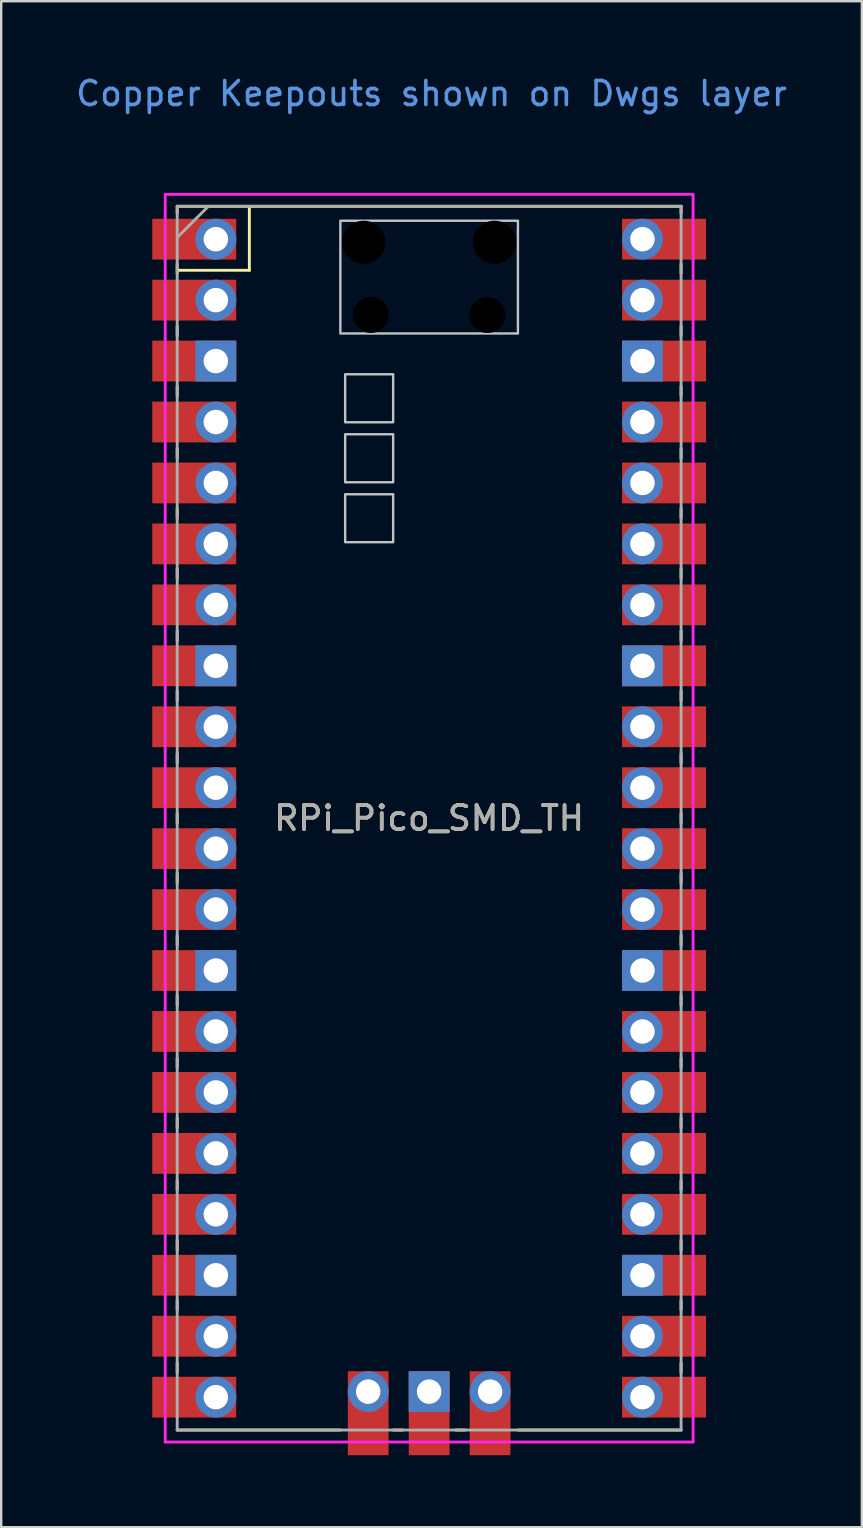
<source format=kicad_pcb>
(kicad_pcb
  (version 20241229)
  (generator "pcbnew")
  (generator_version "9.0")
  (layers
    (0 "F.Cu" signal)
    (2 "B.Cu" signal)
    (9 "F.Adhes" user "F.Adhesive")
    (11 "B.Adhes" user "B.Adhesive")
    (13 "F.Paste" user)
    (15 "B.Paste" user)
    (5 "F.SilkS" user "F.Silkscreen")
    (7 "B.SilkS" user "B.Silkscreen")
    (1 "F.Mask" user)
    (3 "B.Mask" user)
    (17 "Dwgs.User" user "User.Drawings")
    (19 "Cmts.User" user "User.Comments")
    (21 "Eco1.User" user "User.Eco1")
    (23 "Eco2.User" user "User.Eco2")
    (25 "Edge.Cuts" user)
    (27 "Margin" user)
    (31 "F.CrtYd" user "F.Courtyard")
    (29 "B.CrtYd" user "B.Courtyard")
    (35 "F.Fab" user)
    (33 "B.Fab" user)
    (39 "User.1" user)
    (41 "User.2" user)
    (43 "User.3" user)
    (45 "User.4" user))
  (footprint "RPi_Pico_SMD_TH"
    (layer "F.Cu")
    (at 14.835 31.048)
    (property "Reference" "RPi_Pico_SMD_TH" (at 0 0 0) (layer "F.SilkS") (effects (font (size 1 1) (thickness 0.15))))
    (attr through_hole)
    (fp_line (start -10.5 -25.5) (end -10.5 -25.2) (stroke (width 0.12) (type solid)) (layer "F.SilkS"))
    (fp_line (start -10.5 -25.5) (end 10.5 -25.5) (stroke (width 0.12) (type solid)) (layer "F.SilkS"))
    (fp_line (start -10.5 -23.1) (end -10.5 -22.7) (stroke (width 0.12) (type solid)) (layer "F.SilkS"))
    (fp_line (start -10.5 -22.833) (end -7.493 -22.833) (stroke (width 0.12) (type solid)) (layer "F.SilkS"))
    (fp_line (start -10.5 -20.5) (end -10.5 -20.1) (stroke (width 0.12) (type solid)) (layer "F.SilkS"))
    (fp_line (start -10.5 -18) (end -10.5 -17.6) (stroke (width 0.12) (type solid)) (layer "F.SilkS"))
    (fp_line (start -10.5 -15.4) (end -10.5 -15) (stroke (width 0.12) (type solid)) (layer "F.SilkS"))
    (fp_line (start -10.5 -12.9) (end -10.5 -12.5) (stroke (width 0.12) (type solid)) (layer "F.SilkS"))
    (fp_line (start -10.5 -10.4) (end -10.5 -10) (stroke (width 0.12) (type solid)) (layer "F.SilkS"))
    (fp_line (start -10.5 -7.8) (end -10.5 -7.4) (stroke (width 0.12) (type solid)) (layer "F.SilkS"))
    (fp_line (start -10.5 -5.3) (end -10.5 -4.9) (stroke (width 0.12) (type solid)) (layer "F.SilkS"))
    (fp_line (start -10.5 -2.7) (end -10.5 -2.3) (stroke (width 0.12) (type solid)) (layer "F.SilkS"))
    (fp_line (start -10.5 -0.2) (end -10.5 0.2) (stroke (width 0.12) (type solid)) (layer "F.SilkS"))
    (fp_line (start -10.5 2.3) (end -10.5 2.7) (stroke (width 0.12) (type solid)) (layer "F.SilkS"))
    (fp_line (start -10.5 4.9) (end -10.5 5.3) (stroke (width 0.12) (type solid)) (layer "F.SilkS"))
    (fp_line (start -10.5 7.4) (end -10.5 7.8) (stroke (width 0.12) (type solid)) (layer "F.SilkS"))
    (fp_line (start -10.5 10) (end -10.5 10.4) (stroke (width 0.12) (type solid)) (layer "F.SilkS"))
    (fp_line (start -10.5 12.5) (end -10.5 12.9) (stroke (width 0.12) (type solid)) (layer "F.SilkS"))
    (fp_line (start -10.5 15.1) (end -10.5 15.5) (stroke (width 0.12) (type solid)) (layer "F.SilkS"))
    (fp_line (start -10.5 17.6) (end -10.5 18) (stroke (width 0.12) (type solid)) (layer "F.SilkS"))
    (fp_line (start -10.5 20.1) (end -10.5 20.5) (stroke (width 0.12) (type solid)) (layer "F.SilkS"))
    (fp_line (start -10.5 22.7) (end -10.5 23.1) (stroke (width 0.12) (type solid)) (layer "F.SilkS"))
    (fp_line (start -7.493 -22.833) (end -7.493 -25.5) (stroke (width 0.12) (type solid)) (layer "F.SilkS"))
    (fp_line (start -3.7 25.5) (end -10.5 25.5) (stroke (width 0.12) (type solid)) (layer "F.SilkS"))
    (fp_line (start -1.5 25.5) (end -1.1 25.5) (stroke (width 0.12) (type solid)) (layer "F.SilkS"))
    (fp_line (start 1.1 25.5) (end 1.5 25.5) (stroke (width 0.12) (type solid)) (layer "F.SilkS"))
    (fp_line (start 10.5 -25.5) (end 10.5 -25.2) (stroke (width 0.12) (type solid)) (layer "F.SilkS"))
    (fp_line (start 10.5 -23.1) (end 10.5 -22.7) (stroke (width 0.12) (type solid)) (layer "F.SilkS"))
    (fp_line (start 10.5 -20.5) (end 10.5 -20.1) (stroke (width 0.12) (type solid)) (layer "F.SilkS"))
    (fp_line (start 10.5 -18) (end 10.5 -17.6) (stroke (width 0.12) (type solid)) (layer "F.SilkS"))
    (fp_line (start 10.5 -15.4) (end 10.5 -15) (stroke (width 0.12) (type solid)) (layer "F.SilkS"))
    (fp_line (start 10.5 -12.9) (end 10.5 -12.5) (stroke (width 0.12) (type solid)) (layer "F.SilkS"))
    (fp_line (start 10.5 -10.4) (end 10.5 -10) (stroke (width 0.12) (type solid)) (layer "F.SilkS"))
    (fp_line (start 10.5 -7.8) (end 10.5 -7.4) (stroke (width 0.12) (type solid)) (layer "F.SilkS"))
    (fp_line (start 10.5 -5.3) (end 10.5 -4.9) (stroke (width 0.12) (type solid)) (layer "F.SilkS"))
    (fp_line (start 10.5 -2.7) (end 10.5 -2.3) (stroke (width 0.12) (type solid)) (layer "F.SilkS"))
    (fp_line (start 10.5 -0.2) (end 10.5 0.2) (stroke (width 0.12) (type solid)) (layer "F.SilkS"))
    (fp_line (start 10.5 2.3) (end 10.5 2.7) (stroke (width 0.12) (type solid)) (layer "F.SilkS"))
    (fp_line (start 10.5 4.9) (end 10.5 5.3) (stroke (width 0.12) (type solid)) (layer "F.SilkS"))
    (fp_line (start 10.5 7.4) (end 10.5 7.8) (stroke (width 0.12) (type solid)) (layer "F.SilkS"))
    (fp_line (start 10.5 10) (end 10.5 10.4) (stroke (width 0.12) (type solid)) (layer "F.SilkS"))
    (fp_line (start 10.5 12.5) (end 10.5 12.9) (stroke (width 0.12) (type solid)) (layer "F.SilkS"))
    (fp_line (start 10.5 15.1) (end 10.5 15.5) (stroke (width 0.12) (type solid)) (layer "F.SilkS"))
    (fp_line (start 10.5 17.6) (end 10.5 18) (stroke (width 0.12) (type solid)) (layer "F.SilkS"))
    (fp_line (start 10.5 20.1) (end 10.5 20.5) (stroke (width 0.12) (type solid)) (layer "F.SilkS"))
    (fp_line (start 10.5 22.7) (end 10.5 23.1) (stroke (width 0.12) (type solid)) (layer "F.SilkS"))
    (fp_line (start 10.5 25.5) (end 3.7 25.5) (stroke (width 0.12) (type solid)) (layer "F.SilkS"))
    (fp_poly (pts (xy -1.5 -16.5) (xy -3.5 -16.5) (xy -3.5 -18.5) (xy -1.5 -18.5)) (stroke (width 0.1) (type solid)) (fill no) (layer "Dwgs.User"))
    (fp_poly (pts (xy -1.5 -14) (xy -3.5 -14) (xy -3.5 -16) (xy -1.5 -16)) (stroke (width 0.1) (type solid)) (fill no) (layer "Dwgs.User"))
    (fp_poly (pts (xy -1.5 -11.5) (xy -3.5 -11.5) (xy -3.5 -13.5) (xy -1.5 -13.5)) (stroke (width 0.1) (type solid)) (fill no) (layer "Dwgs.User"))
    (fp_poly (pts (xy 3.7 -20.2) (xy -3.7 -20.2) (xy -3.7 -24.9) (xy 3.7 -24.9)) (stroke (width 0.1) (type solid)) (fill no) (layer "Dwgs.User"))
    (fp_line (start -11 -26) (end 11 -26) (stroke (width 0.12) (type solid)) (layer "F.CrtYd"))
    (fp_line (start -11 26) (end -11 -26) (stroke (width 0.12) (type solid)) (layer "F.CrtYd"))
    (fp_line (start 11 -26) (end 11 26) (stroke (width 0.12) (type solid)) (layer "F.CrtYd"))
    (fp_line (start 11 26) (end -11 26) (stroke (width 0.12) (type solid)) (layer "F.CrtYd"))
    (fp_line (start -10.5 -25.5) (end 10.5 -25.5) (stroke (width 0.12) (type solid)) (layer "F.Fab"))
    (fp_line (start -10.5 -24.2) (end -9.2 -25.5) (stroke (width 0.12) (type solid)) (layer "F.Fab"))
    (fp_line (start -10.5 25.5) (end -10.5 -25.5) (stroke (width 0.12) (type solid)) (layer "F.Fab"))
    (fp_line (start 10.5 -25.5) (end 10.5 25.5) (stroke (width 0.12) (type solid)) (layer "F.Fab"))
    (fp_line (start 10.5 25.5) (end -10.5 25.5) (stroke (width 0.12) (type solid)) (layer "F.Fab"))
    (fp_text user "Copper Keepouts shown on Dwgs layer" (at 0.1 -30.2 0) (layer "Cmts.User") (effects (font (size 1 1) (thickness 0.15))))
    (fp_text user "${REFERENCE}" (at 0 0 180) (layer "F.Fab") (effects (font (size 1 1) (thickness 0.15))))
    (pad "" np_thru_hole oval (at -2.725 -24) (size 1.8 1.8) (drill 1.8) (layers "*.Mask"))
    (pad "" np_thru_hole oval (at -2.425 -20.97) (size 1.5 1.5) (drill 1.5) (layers "*.Mask"))
    (pad "" np_thru_hole oval (at 2.425 -20.97) (size 1.5 1.5) (drill 1.5) (layers "*.Mask"))
    (pad "" np_thru_hole oval (at 2.725 -24) (size 1.8 1.8) (drill 1.8) (layers "*.Mask"))
    (pad "1" thru_hole oval (at -8.89 -24.13) (size 1.7 1.7) (drill 1.02) (layers "*.Cu" "*.Mask"))
    (pad "1" smd rect (at -8.89 -24.13) (size 3.5 1.7) (drill (offset -0.9 0)) (layers "F.Cu" "F.Mask"))
    (pad "2" thru_hole oval (at -8.89 -21.59) (size 1.7 1.7) (drill 1.02) (layers "*.Cu" "*.Mask"))
    (pad "2" smd rect (at -8.89 -21.59) (size 3.5 1.7) (drill (offset -0.9 0)) (layers "F.Cu" "F.Mask"))
    (pad "3" thru_hole rect (at -8.89 -19.05) (size 1.7 1.7) (drill 1.02) (layers "*.Cu" "*.Mask"))
    (pad "3" smd rect (at -8.89 -19.05) (size 3.5 1.7) (drill (offset -0.9 0)) (layers "F.Cu" "F.Mask"))
    (pad "4" thru_hole oval (at -8.89 -16.51) (size 1.7 1.7) (drill 1.02) (layers "*.Cu" "*.Mask"))
    (pad "4" smd rect (at -8.89 -16.51) (size 3.5 1.7) (drill (offset -0.9 0)) (layers "F.Cu" "F.Mask"))
    (pad "5" thru_hole oval (at -8.89 -13.97) (size 1.7 1.7) (drill 1.02) (layers "*.Cu" "*.Mask"))
    (pad "5" smd rect (at -8.89 -13.97) (size 3.5 1.7) (drill (offset -0.9 0)) (layers "F.Cu" "F.Mask"))
    (pad "6" thru_hole oval (at -8.89 -11.43) (size 1.7 1.7) (drill 1.02) (layers "*.Cu" "*.Mask"))
    (pad "6" smd rect (at -8.89 -11.43) (size 3.5 1.7) (drill (offset -0.9 0)) (layers "F.Cu" "F.Mask"))
    (pad "7" thru_hole oval (at -8.89 -8.89) (size 1.7 1.7) (drill 1.02) (layers "*.Cu" "*.Mask"))
    (pad "7" smd rect (at -8.89 -8.89) (size 3.5 1.7) (drill (offset -0.9 0)) (layers "F.Cu" "F.Mask"))
    (pad "8" thru_hole rect (at -8.89 -6.35) (size 1.7 1.7) (drill 1.02) (layers "*.Cu" "*.Mask"))
    (pad "8" smd rect (at -8.89 -6.35) (size 3.5 1.7) (drill (offset -0.9 0)) (layers "F.Cu" "F.Mask"))
    (pad "9" thru_hole oval (at -8.89 -3.81) (size 1.7 1.7) (drill 1.02) (layers "*.Cu" "*.Mask"))
    (pad "9" smd rect (at -8.89 -3.81) (size 3.5 1.7) (drill (offset -0.9 0)) (layers "F.Cu" "F.Mask"))
    (pad "10" thru_hole oval (at -8.89 -1.27) (size 1.7 1.7) (drill 1.02) (layers "*.Cu" "*.Mask"))
    (pad "10" smd rect (at -8.89 -1.27) (size 3.5 1.7) (drill (offset -0.9 0)) (layers "F.Cu" "F.Mask"))
    (pad "11" thru_hole oval (at -8.89 1.27) (size 1.7 1.7) (drill 1.02) (layers "*.Cu" "*.Mask"))
    (pad "11" smd rect (at -8.89 1.27) (size 3.5 1.7) (drill (offset -0.9 0)) (layers "F.Cu" "F.Mask"))
    (pad "12" thru_hole oval (at -8.89 3.81) (size 1.7 1.7) (drill 1.02) (layers "*.Cu" "*.Mask"))
    (pad "12" smd rect (at -8.89 3.81) (size 3.5 1.7) (drill (offset -0.9 0)) (layers "F.Cu" "F.Mask"))
    (pad "13" thru_hole rect (at -8.89 6.35) (size 1.7 1.7) (drill 1.02) (layers "*.Cu" "*.Mask"))
    (pad "13" smd rect (at -8.89 6.35) (size 3.5 1.7) (drill (offset -0.9 0)) (layers "F.Cu" "F.Mask"))
    (pad "14" thru_hole oval (at -8.89 8.89) (size 1.7 1.7) (drill 1.02) (layers "*.Cu" "*.Mask"))
    (pad "14" smd rect (at -8.89 8.89) (size 3.5 1.7) (drill (offset -0.9 0)) (layers "F.Cu" "F.Mask"))
    (pad "15" thru_hole oval (at -8.89 11.43) (size 1.7 1.7) (drill 1.02) (layers "*.Cu" "*.Mask"))
    (pad "15" smd rect (at -8.89 11.43) (size 3.5 1.7) (drill (offset -0.9 0)) (layers "F.Cu" "F.Mask"))
    (pad "16" thru_hole oval (at -8.89 13.97) (size 1.7 1.7) (drill 1.02) (layers "*.Cu" "*.Mask"))
    (pad "16" smd rect (at -8.89 13.97) (size 3.5 1.7) (drill (offset -0.9 0)) (layers "F.Cu" "F.Mask"))
    (pad "17" thru_hole oval (at -8.89 16.51) (size 1.7 1.7) (drill 1.02) (layers "*.Cu" "*.Mask"))
    (pad "17" smd rect (at -8.89 16.51) (size 3.5 1.7) (drill (offset -0.9 0)) (layers "F.Cu" "F.Mask"))
    (pad "18" thru_hole rect (at -8.89 19.05) (size 1.7 1.7) (drill 1.02) (layers "*.Cu" "*.Mask"))
    (pad "18" smd rect (at -8.89 19.05) (size 3.5 1.7) (drill (offset -0.9 0)) (layers "F.Cu" "F.Mask"))
    (pad "19" thru_hole oval (at -8.89 21.59) (size 1.7 1.7) (drill 1.02) (layers "*.Cu" "*.Mask"))
    (pad "19" smd rect (at -8.89 21.59) (size 3.5 1.7) (drill (offset -0.9 0)) (layers "F.Cu" "F.Mask"))
    (pad "20" thru_hole oval (at -8.89 24.13) (size 1.7 1.7) (drill 1.02) (layers "*.Cu" "*.Mask"))
    (pad "20" smd rect (at -8.89 24.13) (size 3.5 1.7) (drill (offset -0.9 0)) (layers "F.Cu" "F.Mask"))
    (pad "21" thru_hole oval (at 8.89 24.13) (size 1.7 1.7) (drill 1.02) (layers "*.Cu" "*.Mask"))
    (pad "21" smd rect (at 8.89 24.13) (size 3.5 1.7) (drill (offset 0.9 0)) (layers "F.Cu" "F.Mask"))
    (pad "22" thru_hole oval (at 8.89 21.59) (size 1.7 1.7) (drill 1.02) (layers "*.Cu" "*.Mask"))
    (pad "22" smd rect (at 8.89 21.59) (size 3.5 1.7) (drill (offset 0.9 0)) (layers "F.Cu" "F.Mask"))
    (pad "23" thru_hole rect (at 8.89 19.05) (size 1.7 1.7) (drill 1.02) (layers "*.Cu" "*.Mask"))
    (pad "23" smd rect (at 8.89 19.05) (size 3.5 1.7) (drill (offset 0.9 0)) (layers "F.Cu" "F.Mask"))
    (pad "24" thru_hole oval (at 8.89 16.51) (size 1.7 1.7) (drill 1.02) (layers "*.Cu" "*.Mask"))
    (pad "24" smd rect (at 8.89 16.51) (size 3.5 1.7) (drill (offset 0.9 0)) (layers "F.Cu" "F.Mask"))
    (pad "25" thru_hole oval (at 8.89 13.97) (size 1.7 1.7) (drill 1.02) (layers "*.Cu" "*.Mask"))
    (pad "25" smd rect (at 8.89 13.97) (size 3.5 1.7) (drill (offset 0.9 0)) (layers "F.Cu" "F.Mask"))
    (pad "26" thru_hole oval (at 8.89 11.43) (size 1.7 1.7) (drill 1.02) (layers "*.Cu" "*.Mask"))
    (pad "26" smd rect (at 8.89 11.43) (size 3.5 1.7) (drill (offset 0.9 0)) (layers "F.Cu" "F.Mask"))
    (pad "27" thru_hole oval (at 8.89 8.89) (size 1.7 1.7) (drill 1.02) (layers "*.Cu" "*.Mask"))
    (pad "27" smd rect (at 8.89 8.89) (size 3.5 1.7) (drill (offset 0.9 0)) (layers "F.Cu" "F.Mask"))
    (pad "28" thru_hole rect (at 8.89 6.35) (size 1.7 1.7) (drill 1.02) (layers "*.Cu" "*.Mask"))
    (pad "28" smd rect (at 8.89 6.35) (size 3.5 1.7) (drill (offset 0.9 0)) (layers "F.Cu" "F.Mask"))
    (pad "29" thru_hole oval (at 8.89 3.81) (size 1.7 1.7) (drill 1.02) (layers "*.Cu" "*.Mask"))
    (pad "29" smd rect (at 8.89 3.81) (size 3.5 1.7) (drill (offset 0.9 0)) (layers "F.Cu" "F.Mask"))
    (pad "30" thru_hole oval (at 8.89 1.27) (size 1.7 1.7) (drill 1.02) (layers "*.Cu" "*.Mask"))
    (pad "30" smd rect (at 8.89 1.27) (size 3.5 1.7) (drill (offset 0.9 0)) (layers "F.Cu" "F.Mask"))
    (pad "31" thru_hole oval (at 8.89 -1.27) (size 1.7 1.7) (drill 1.02) (layers "*.Cu" "*.Mask"))
    (pad "31" smd rect (at 8.89 -1.27) (size 3.5 1.7) (drill (offset 0.9 0)) (layers "F.Cu" "F.Mask"))
    (pad "32" thru_hole oval (at 8.89 -3.81) (size 1.7 1.7) (drill 1.02) (layers "*.Cu" "*.Mask"))
    (pad "32" smd rect (at 8.89 -3.81) (size 3.5 1.7) (drill (offset 0.9 0)) (layers "F.Cu" "F.Mask"))
    (pad "33" thru_hole rect (at 8.89 -6.35) (size 1.7 1.7) (drill 1.02) (layers "*.Cu" "*.Mask"))
    (pad "33" smd rect (at 8.89 -6.35) (size 3.5 1.7) (drill (offset 0.9 0)) (layers "F.Cu" "F.Mask"))
    (pad "34" thru_hole oval (at 8.89 -8.89) (size 1.7 1.7) (drill 1.02) (layers "*.Cu" "*.Mask"))
    (pad "34" smd rect (at 8.89 -8.89) (size 3.5 1.7) (drill (offset 0.9 0)) (layers "F.Cu" "F.Mask"))
    (pad "35" thru_hole oval (at 8.89 -11.43) (size 1.7 1.7) (drill 1.02) (layers "*.Cu" "*.Mask"))
    (pad "35" smd rect (at 8.89 -11.43) (size 3.5 1.7) (drill (offset 0.9 0)) (layers "F.Cu" "F.Mask"))
    (pad "36" thru_hole oval (at 8.89 -13.97) (size 1.7 1.7) (drill 1.02) (layers "*.Cu" "*.Mask"))
    (pad "36" smd rect (at 8.89 -13.97) (size 3.5 1.7) (drill (offset 0.9 0)) (layers "F.Cu" "F.Mask"))
    (pad "37" thru_hole oval (at 8.89 -16.51) (size 1.7 1.7) (drill 1.02) (layers "*.Cu" "*.Mask"))
    (pad "37" smd rect (at 8.89 -16.51) (size 3.5 1.7) (drill (offset 0.9 0)) (layers "F.Cu" "F.Mask"))
    (pad "38" thru_hole rect (at 8.89 -19.05) (size 1.7 1.7) (drill 1.02) (layers "*.Cu" "*.Mask"))
    (pad "38" smd rect (at 8.89 -19.05) (size 3.5 1.7) (drill (offset 0.9 0)) (layers "F.Cu" "F.Mask"))
    (pad "39" thru_hole oval (at 8.89 -21.59) (size 1.7 1.7) (drill 1.02) (layers "*.Cu" "*.Mask"))
    (pad "39" smd rect (at 8.89 -21.59) (size 3.5 1.7) (drill (offset 0.9 0)) (layers "F.Cu" "F.Mask"))
    (pad "40" thru_hole oval (at 8.89 -24.13) (size 1.7 1.7) (drill 1.02) (layers "*.Cu" "*.Mask"))
    (pad "40" smd rect (at 8.89 -24.13) (size 3.5 1.7) (drill (offset 0.9 0)) (layers "F.Cu" "F.Mask"))
    (pad "41" thru_hole oval (at -2.54 23.9) (size 1.7 1.7) (drill 1.02) (layers "*.Cu" "*.Mask"))
    (pad "41" smd rect (at -2.54 23.9 90) (size 3.5 1.7) (drill (offset -0.9 0)) (layers "F.Cu" "F.Mask"))
    (pad "42" thru_hole rect (at 0 23.9) (size 1.7 1.7) (drill 1.02) (layers "*.Cu" "*.Mask"))
    (pad "42" smd rect (at 0 23.9 90) (size 3.5 1.7) (drill (offset -0.9 0)) (layers "F.Cu" "F.Mask"))
    (pad "43" thru_hole oval (at 2.54 23.9) (size 1.7 1.7) (drill 1.02) (layers "*.Cu" "*.Mask"))
    (pad "43" smd rect (at 2.54 23.9 90) (size 3.5 1.7) (drill (offset -0.9 0)) (layers "F.Cu" "F.Mask")))
  (gr_rect
    (start -3 -3)
    (end 32.869 60.598)
    (stroke (width 0.1) (type default))
    (fill no)
    (layer "Edge.Cuts")))
</source>
